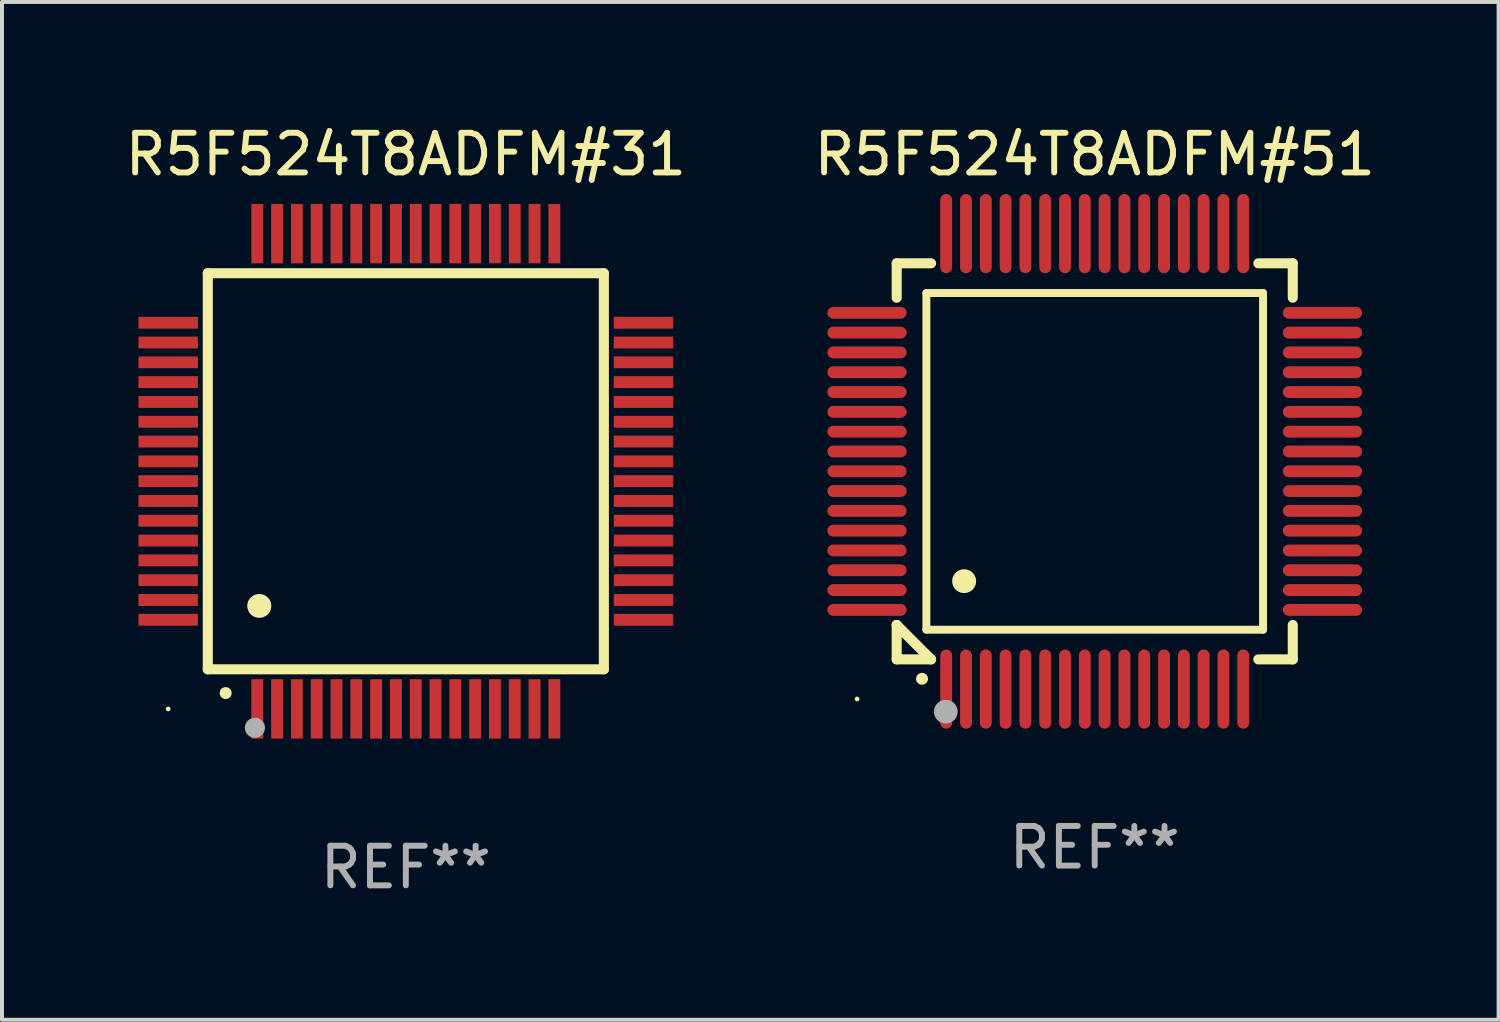
<source format=kicad_pcb>
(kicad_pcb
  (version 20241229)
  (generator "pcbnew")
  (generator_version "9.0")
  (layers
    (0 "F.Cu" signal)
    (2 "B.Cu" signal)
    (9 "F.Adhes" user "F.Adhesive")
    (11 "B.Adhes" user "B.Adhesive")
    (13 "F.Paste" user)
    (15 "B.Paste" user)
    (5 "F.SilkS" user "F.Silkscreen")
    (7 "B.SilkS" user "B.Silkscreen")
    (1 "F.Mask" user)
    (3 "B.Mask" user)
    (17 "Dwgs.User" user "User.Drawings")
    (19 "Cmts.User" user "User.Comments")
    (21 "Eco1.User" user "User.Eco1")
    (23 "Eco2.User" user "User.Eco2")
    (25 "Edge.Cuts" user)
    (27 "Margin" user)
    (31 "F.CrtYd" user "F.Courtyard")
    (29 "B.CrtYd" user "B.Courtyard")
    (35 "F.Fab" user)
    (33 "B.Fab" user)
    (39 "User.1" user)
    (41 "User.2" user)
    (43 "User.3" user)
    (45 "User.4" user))
  (footprint "R5F524T8ADFM#31"
    (layer "F.Cu")
    (at 7.196 8.848)
    (property "Reference" "R5F524T8ADFM#31" (at 0 -8 0) (layer "F.SilkS") (effects (font (size 1 1) (thickness 0.15))))
    (attr through_hole)
    (fp_line (start -5 -5) (end -5 5) (stroke (width 0.254) (type solid)) (layer "F.SilkS"))
    (fp_line (start -5 -5) (end 5 -5) (stroke (width 0.254) (type solid)) (layer "F.SilkS"))
    (fp_line (start -5 5) (end 5 5) (stroke (width 0.254) (type solid)) (layer "F.SilkS"))
    (fp_line (start 5 -5) (end 5 5) (stroke (width 0.254) (type solid)) (layer "F.SilkS"))
    (fp_arc (start -4.549987 5.6) (mid -4.548717 5.599995) (end -4.547447 5.6) (stroke (width 0.3) (type solid)) (layer "F.SilkS"))
    (fp_arc (start -3.703835 3.400076) (mid -3.700025 3.400052) (end -3.696215 3.400076) (stroke (width 0.6) (type solid)) (layer "F.SilkS"))
    (fp_circle (center -6 6) (end -5.97 6) (stroke (width 0.06) (type solid)) (fill no) (layer "F.SilkS"))
    (fp_circle (center -3.81 6.477) (end -3.683 6.477) (stroke (width 0.254) (type solid)) (fill no) (layer "F.Fab"))
    (fp_text user "REF**" (at 0 10 0) (layer "F.Fab") (effects (font (size 1 1) (thickness 0.15))))
    (pad "1" smd rect (at -3.75 6 180) (size 0.3 1.5) (layers "F.Cu" "F.Mask" "F.Paste"))
    (pad "2" smd rect (at -3.25 6 180) (size 0.3 1.5) (layers "F.Cu" "F.Mask" "F.Paste"))
    (pad "3" smd rect (at -2.75 6 180) (size 0.3 1.5) (layers "F.Cu" "F.Mask" "F.Paste"))
    (pad "4" smd rect (at -2.25 6 180) (size 0.3 1.5) (layers "F.Cu" "F.Mask" "F.Paste"))
    (pad "5" smd rect (at -1.75 6 180) (size 0.3 1.5) (layers "F.Cu" "F.Mask" "F.Paste"))
    (pad "6" smd rect (at -1.25 6 180) (size 0.3 1.5) (layers "F.Cu" "F.Mask" "F.Paste"))
    (pad "7" smd rect (at -0.75 6 180) (size 0.3 1.5) (layers "F.Cu" "F.Mask" "F.Paste"))
    (pad "8" smd rect (at -0.25 6 180) (size 0.3 1.5) (layers "F.Cu" "F.Mask" "F.Paste"))
    (pad "9" smd rect (at 0.25 6 180) (size 0.3 1.5) (layers "F.Cu" "F.Mask" "F.Paste"))
    (pad "10" smd rect (at 0.75 6 180) (size 0.3 1.5) (layers "F.Cu" "F.Mask" "F.Paste"))
    (pad "11" smd rect (at 1.25 6 180) (size 0.3 1.5) (layers "F.Cu" "F.Mask" "F.Paste"))
    (pad "12" smd rect (at 1.75 6 180) (size 0.3 1.5) (layers "F.Cu" "F.Mask" "F.Paste"))
    (pad "13" smd rect (at 2.25 6 180) (size 0.3 1.5) (layers "F.Cu" "F.Mask" "F.Paste"))
    (pad "14" smd rect (at 2.75 6 180) (size 0.3 1.5) (layers "F.Cu" "F.Mask" "F.Paste"))
    (pad "15" smd rect (at 3.25 6 180) (size 0.3 1.5) (layers "F.Cu" "F.Mask" "F.Paste"))
    (pad "16" smd rect (at 3.75 6 180) (size 0.3 1.5) (layers "F.Cu" "F.Mask" "F.Paste"))
    (pad "17" smd rect (at 6 3.75 90) (size 0.3 1.5) (layers "F.Cu" "F.Mask" "F.Paste"))
    (pad "18" smd rect (at 6 3.25 90) (size 0.3 1.5) (layers "F.Cu" "F.Mask" "F.Paste"))
    (pad "19" smd rect (at 6 2.75 90) (size 0.3 1.5) (layers "F.Cu" "F.Mask" "F.Paste"))
    (pad "20" smd rect (at 6 2.25 90) (size 0.3 1.5) (layers "F.Cu" "F.Mask" "F.Paste"))
    (pad "21" smd rect (at 6 1.75 90) (size 0.3 1.5) (layers "F.Cu" "F.Mask" "F.Paste"))
    (pad "22" smd rect (at 6 1.25 90) (size 0.3 1.5) (layers "F.Cu" "F.Mask" "F.Paste"))
    (pad "23" smd rect (at 6 0.75 90) (size 0.3 1.5) (layers "F.Cu" "F.Mask" "F.Paste"))
    (pad "24" smd rect (at 6 0.25 90) (size 0.3 1.5) (layers "F.Cu" "F.Mask" "F.Paste"))
    (pad "25" smd rect (at 6 -0.25 90) (size 0.3 1.5) (layers "F.Cu" "F.Mask" "F.Paste"))
    (pad "26" smd rect (at 6 -0.75 90) (size 0.3 1.5) (layers "F.Cu" "F.Mask" "F.Paste"))
    (pad "27" smd rect (at 6 -1.25 90) (size 0.3 1.5) (layers "F.Cu" "F.Mask" "F.Paste"))
    (pad "28" smd rect (at 6 -1.75 90) (size 0.3 1.5) (layers "F.Cu" "F.Mask" "F.Paste"))
    (pad "29" smd rect (at 6 -2.25 90) (size 0.3 1.5) (layers "F.Cu" "F.Mask" "F.Paste"))
    (pad "30" smd rect (at 6 -2.75 90) (size 0.3 1.5) (layers "F.Cu" "F.Mask" "F.Paste"))
    (pad "31" smd rect (at 6 -3.25 90) (size 0.3 1.5) (layers "F.Cu" "F.Mask" "F.Paste"))
    (pad "32" smd rect (at 6 -3.75 90) (size 0.3 1.5) (layers "F.Cu" "F.Mask" "F.Paste"))
    (pad "33" smd rect (at 3.75 -6 180) (size 0.3 1.5) (layers "F.Cu" "F.Mask" "F.Paste"))
    (pad "34" smd rect (at 3.25 -6 180) (size 0.3 1.5) (layers "F.Cu" "F.Mask" "F.Paste"))
    (pad "35" smd rect (at 2.75 -6 180) (size 0.3 1.5) (layers "F.Cu" "F.Mask" "F.Paste"))
    (pad "36" smd rect (at 2.25 -6 180) (size 0.3 1.5) (layers "F.Cu" "F.Mask" "F.Paste"))
    (pad "37" smd rect (at 1.75 -6 180) (size 0.3 1.5) (layers "F.Cu" "F.Mask" "F.Paste"))
    (pad "38" smd rect (at 1.25 -6 180) (size 0.3 1.5) (layers "F.Cu" "F.Mask" "F.Paste"))
    (pad "39" smd rect (at 0.75 -6 180) (size 0.3 1.5) (layers "F.Cu" "F.Mask" "F.Paste"))
    (pad "40" smd rect (at 0.25 -6 180) (size 0.3 1.5) (layers "F.Cu" "F.Mask" "F.Paste"))
    (pad "41" smd rect (at -0.25 -6 180) (size 0.3 1.5) (layers "F.Cu" "F.Mask" "F.Paste"))
    (pad "42" smd rect (at -0.75 -6 180) (size 0.3 1.5) (layers "F.Cu" "F.Mask" "F.Paste"))
    (pad "43" smd rect (at -1.25 -6 180) (size 0.3 1.5) (layers "F.Cu" "F.Mask" "F.Paste"))
    (pad "44" smd rect (at -1.75 -6 180) (size 0.3 1.5) (layers "F.Cu" "F.Mask" "F.Paste"))
    (pad "45" smd rect (at -2.25 -6 180) (size 0.3 1.5) (layers "F.Cu" "F.Mask" "F.Paste"))
    (pad "46" smd rect (at -2.75 -6 180) (size 0.3 1.5) (layers "F.Cu" "F.Mask" "F.Paste"))
    (pad "47" smd rect (at -3.25 -6 180) (size 0.3 1.5) (layers "F.Cu" "F.Mask" "F.Paste"))
    (pad "48" smd rect (at -3.75 -6 180) (size 0.3 1.5) (layers "F.Cu" "F.Mask" "F.Paste"))
    (pad "49" smd rect (at -6 -3.75 90) (size 0.3 1.5) (layers "F.Cu" "F.Mask" "F.Paste"))
    (pad "50" smd rect (at -6 -3.25 90) (size 0.3 1.5) (layers "F.Cu" "F.Mask" "F.Paste"))
    (pad "51" smd rect (at -6 -2.75 90) (size 0.3 1.5) (layers "F.Cu" "F.Mask" "F.Paste"))
    (pad "52" smd rect (at -6 -2.25 90) (size 0.3 1.5) (layers "F.Cu" "F.Mask" "F.Paste"))
    (pad "53" smd rect (at -6 -1.75 90) (size 0.3 1.5) (layers "F.Cu" "F.Mask" "F.Paste"))
    (pad "54" smd rect (at -6 -1.25 90) (size 0.3 1.5) (layers "F.Cu" "F.Mask" "F.Paste"))
    (pad "55" smd rect (at -6 -0.75 90) (size 0.3 1.5) (layers "F.Cu" "F.Mask" "F.Paste"))
    (pad "56" smd rect (at -6 -0.25 90) (size 0.3 1.5) (layers "F.Cu" "F.Mask" "F.Paste"))
    (pad "57" smd rect (at -6 0.25 90) (size 0.3 1.5) (layers "F.Cu" "F.Mask" "F.Paste"))
    (pad "58" smd rect (at -6 0.75 90) (size 0.3 1.5) (layers "F.Cu" "F.Mask" "F.Paste"))
    (pad "59" smd rect (at -6 1.25 90) (size 0.3 1.5) (layers "F.Cu" "F.Mask" "F.Paste"))
    (pad "60" smd rect (at -6 1.75 90) (size 0.3 1.5) (layers "F.Cu" "F.Mask" "F.Paste"))
    (pad "61" smd rect (at -6 2.25 90) (size 0.3 1.5) (layers "F.Cu" "F.Mask" "F.Paste"))
    (pad "62" smd rect (at -6 2.75 90) (size 0.3 1.5) (layers "F.Cu" "F.Mask" "F.Paste"))
    (pad "63" smd rect (at -6 3.25 90) (size 0.3 1.5) (layers "F.Cu" "F.Mask" "F.Paste"))
    (pad "64" smd rect (at -6 3.75 90) (size 0.3 1.5) (layers "F.Cu" "F.Mask" "F.Paste")))
  (footprint "R5F524T8ADFM#51"
    (layer "F.Cu")
    (at 24.589 8.598)
    (property "Reference" "R5F524T8ADFM#51" (at 0 -7.75 0) (layer "F.SilkS") (effects (font (size 1 1) (thickness 0.15))))
    (attr through_hole)
    (fp_line (start -5 -5) (end -4.131 -5) (stroke (width 0.254) (type solid)) (layer "F.SilkS"))
    (fp_line (start -5 -4.131) (end -5 -5) (stroke (width 0.254) (type solid)) (layer "F.SilkS"))
    (fp_line (start -5 4.131) (end -5 4.131) (stroke (width 0.254) (type solid)) (layer "F.SilkS"))
    (fp_line (start -5 5) (end -5 4.131) (stroke (width 0.254) (type solid)) (layer "F.SilkS"))
    (fp_line (start -5 4.131) (end -4.131 5) (stroke (width 0.254) (type solid)) (layer "F.SilkS"))
    (fp_line (start -4.25 -4.25) (end -4.25 4.25) (stroke (width 0.2) (type solid)) (layer "F.SilkS"))
    (fp_line (start -4.25 4.25) (end 4.25 4.25) (stroke (width 0.2) (type solid)) (layer "F.SilkS"))
    (fp_line (start -4.131 5) (end -5 5) (stroke (width 0.254) (type solid)) (layer "F.SilkS"))
    (fp_line (start 4.25 -4.25) (end -4.25 -4.25) (stroke (width 0.2) (type solid)) (layer "F.SilkS"))
    (fp_line (start 4.25 4.25) (end 4.25 -4.25) (stroke (width 0.2) (type solid)) (layer "F.SilkS"))
    (fp_line (start 5 -5) (end 4.131 -5) (stroke (width 0.254) (type solid)) (layer "F.SilkS"))
    (fp_line (start 5 -5) (end 5 -4.131) (stroke (width 0.254) (type solid)) (layer "F.SilkS"))
    (fp_line (start 5 4.131) (end 5 5) (stroke (width 0.254) (type solid)) (layer "F.SilkS"))
    (fp_line (start 5 5) (end 4.131 5) (stroke (width 0.254) (type solid)) (layer "F.SilkS"))
    (fp_arc (start -4.361265 5.489992) (mid -4.359995 5.489987) (end -4.358725 5.489992) (stroke (width 0.3) (type solid)) (layer "F.SilkS"))
    (fp_arc (start -3.299467 3.025146) (mid -3.296927 3.025135) (end -3.294387 3.025146) (stroke (width 0.6) (type solid)) (layer "F.SilkS"))
    (fp_circle (center -6 6) (end -5.97 6) (stroke (width 0.06) (type solid)) (fill no) (layer "F.SilkS"))
    (fp_circle (center -3.76 6.32) (end -3.61 6.32) (stroke (width 0.3) (type solid)) (fill no) (layer "F.Fab"))
    (fp_text user "REF**" (at 0 9.75 0) (layer "F.Fab") (effects (font (size 1 1) (thickness 0.15))))
    (pad "1" smd oval (at -3.75 5.75) (size 0.3 2) (layers "F.Cu" "F.Mask" "F.Paste"))
    (pad "2" smd oval (at -3.25 5.75) (size 0.3 2) (layers "F.Cu" "F.Mask" "F.Paste"))
    (pad "3" smd oval (at -2.75 5.75) (size 0.3 2) (layers "F.Cu" "F.Mask" "F.Paste"))
    (pad "4" smd oval (at -2.25 5.75) (size 0.3 2) (layers "F.Cu" "F.Mask" "F.Paste"))
    (pad "5" smd oval (at -1.75 5.75) (size 0.3 2) (layers "F.Cu" "F.Mask" "F.Paste"))
    (pad "6" smd oval (at -1.25 5.75) (size 0.3 2) (layers "F.Cu" "F.Mask" "F.Paste"))
    (pad "7" smd oval (at -0.75 5.75) (size 0.3 2) (layers "F.Cu" "F.Mask" "F.Paste"))
    (pad "8" smd oval (at -0.25 5.75) (size 0.3 2) (layers "F.Cu" "F.Mask" "F.Paste"))
    (pad "9" smd oval (at 0.25 5.75) (size 0.3 2) (layers "F.Cu" "F.Mask" "F.Paste"))
    (pad "10" smd oval (at 0.75 5.75) (size 0.3 2) (layers "F.Cu" "F.Mask" "F.Paste"))
    (pad "11" smd oval (at 1.25 5.75) (size 0.3 2) (layers "F.Cu" "F.Mask" "F.Paste"))
    (pad "12" smd oval (at 1.75 5.75) (size 0.3 2) (layers "F.Cu" "F.Mask" "F.Paste"))
    (pad "13" smd oval (at 2.25 5.75) (size 0.3 2) (layers "F.Cu" "F.Mask" "F.Paste"))
    (pad "14" smd oval (at 2.75 5.75) (size 0.3 2) (layers "F.Cu" "F.Mask" "F.Paste"))
    (pad "15" smd oval (at 3.25 5.75) (size 0.3 2) (layers "F.Cu" "F.Mask" "F.Paste"))
    (pad "16" smd oval (at 3.75 5.75) (size 0.3 2) (layers "F.Cu" "F.Mask" "F.Paste"))
    (pad "17" smd oval (at 5.75 3.75) (size 2 0.3) (layers "F.Cu" "F.Mask" "F.Paste"))
    (pad "18" smd oval (at 5.75 3.25) (size 2 0.3) (layers "F.Cu" "F.Mask" "F.Paste"))
    (pad "19" smd oval (at 5.75 2.75) (size 2 0.3) (layers "F.Cu" "F.Mask" "F.Paste"))
    (pad "20" smd oval (at 5.75 2.25) (size 2 0.3) (layers "F.Cu" "F.Mask" "F.Paste"))
    (pad "21" smd oval (at 5.75 1.75) (size 2 0.3) (layers "F.Cu" "F.Mask" "F.Paste"))
    (pad "22" smd oval (at 5.75 1.25) (size 2 0.3) (layers "F.Cu" "F.Mask" "F.Paste"))
    (pad "23" smd oval (at 5.75 0.75) (size 2 0.3) (layers "F.Cu" "F.Mask" "F.Paste"))
    (pad "24" smd oval (at 5.75 0.25) (size 2 0.3) (layers "F.Cu" "F.Mask" "F.Paste"))
    (pad "25" smd oval (at 5.75 -0.25) (size 2 0.3) (layers "F.Cu" "F.Mask" "F.Paste"))
    (pad "26" smd oval (at 5.75 -0.75) (size 2 0.3) (layers "F.Cu" "F.Mask" "F.Paste"))
    (pad "27" smd oval (at 5.75 -1.25) (size 2 0.3) (layers "F.Cu" "F.Mask" "F.Paste"))
    (pad "28" smd oval (at 5.75 -1.75) (size 2 0.3) (layers "F.Cu" "F.Mask" "F.Paste"))
    (pad "29" smd oval (at 5.75 -2.25) (size 2 0.3) (layers "F.Cu" "F.Mask" "F.Paste"))
    (pad "30" smd oval (at 5.75 -2.75) (size 2 0.3) (layers "F.Cu" "F.Mask" "F.Paste"))
    (pad "31" smd oval (at 5.75 -3.25) (size 2 0.3) (layers "F.Cu" "F.Mask" "F.Paste"))
    (pad "32" smd oval (at 5.75 -3.75) (size 2 0.3) (layers "F.Cu" "F.Mask" "F.Paste"))
    (pad "33" smd oval (at 3.75 -5.75) (size 0.3 2) (layers "F.Cu" "F.Mask" "F.Paste"))
    (pad "34" smd oval (at 3.25 -5.75) (size 0.3 2) (layers "F.Cu" "F.Mask" "F.Paste"))
    (pad "35" smd oval (at 2.75 -5.75) (size 0.3 2) (layers "F.Cu" "F.Mask" "F.Paste"))
    (pad "36" smd oval (at 2.25 -5.75) (size 0.3 2) (layers "F.Cu" "F.Mask" "F.Paste"))
    (pad "37" smd oval (at 1.75 -5.75) (size 0.3 2) (layers "F.Cu" "F.Mask" "F.Paste"))
    (pad "38" smd oval (at 1.25 -5.75) (size 0.3 2) (layers "F.Cu" "F.Mask" "F.Paste"))
    (pad "39" smd oval (at 0.75 -5.75) (size 0.3 2) (layers "F.Cu" "F.Mask" "F.Paste"))
    (pad "40" smd oval (at 0.25 -5.75) (size 0.3 2) (layers "F.Cu" "F.Mask" "F.Paste"))
    (pad "41" smd oval (at -0.25 -5.75) (size 0.3 2) (layers "F.Cu" "F.Mask" "F.Paste"))
    (pad "42" smd oval (at -0.75 -5.75) (size 0.3 2) (layers "F.Cu" "F.Mask" "F.Paste"))
    (pad "43" smd oval (at -1.25 -5.75) (size 0.3 2) (layers "F.Cu" "F.Mask" "F.Paste"))
    (pad "44" smd oval (at -1.75 -5.75) (size 0.3 2) (layers "F.Cu" "F.Mask" "F.Paste"))
    (pad "45" smd oval (at -2.25 -5.75) (size 0.3 2) (layers "F.Cu" "F.Mask" "F.Paste"))
    (pad "46" smd oval (at -2.75 -5.75) (size 0.3 2) (layers "F.Cu" "F.Mask" "F.Paste"))
    (pad "47" smd oval (at -3.25 -5.75) (size 0.3 2) (layers "F.Cu" "F.Mask" "F.Paste"))
    (pad "48" smd oval (at -3.75 -5.75) (size 0.3 2) (layers "F.Cu" "F.Mask" "F.Paste"))
    (pad "49" smd oval (at -5.75 -3.75) (size 2 0.3) (layers "F.Cu" "F.Mask" "F.Paste"))
    (pad "50" smd oval (at -5.75 -3.25) (size 2 0.3) (layers "F.Cu" "F.Mask" "F.Paste"))
    (pad "51" smd oval (at -5.75 -2.75) (size 2 0.3) (layers "F.Cu" "F.Mask" "F.Paste"))
    (pad "52" smd oval (at -5.75 -2.25) (size 2 0.3) (layers "F.Cu" "F.Mask" "F.Paste"))
    (pad "53" smd oval (at -5.75 -1.75) (size 2 0.3) (layers "F.Cu" "F.Mask" "F.Paste"))
    (pad "54" smd oval (at -5.75 -1.25) (size 2 0.3) (layers "F.Cu" "F.Mask" "F.Paste"))
    (pad "55" smd oval (at -5.75 -0.75) (size 2 0.3) (layers "F.Cu" "F.Mask" "F.Paste"))
    (pad "56" smd oval (at -5.75 -0.25) (size 2 0.3) (layers "F.Cu" "F.Mask" "F.Paste"))
    (pad "57" smd oval (at -5.75 0.25) (size 2 0.3) (layers "F.Cu" "F.Mask" "F.Paste"))
    (pad "58" smd oval (at -5.75 0.75) (size 2 0.3) (layers "F.Cu" "F.Mask" "F.Paste"))
    (pad "59" smd oval (at -5.75 1.25) (size 2 0.3) (layers "F.Cu" "F.Mask" "F.Paste"))
    (pad "60" smd oval (at -5.75 1.75) (size 2 0.3) (layers "F.Cu" "F.Mask" "F.Paste"))
    (pad "61" smd oval (at -5.75 2.25) (size 2 0.3) (layers "F.Cu" "F.Mask" "F.Paste"))
    (pad "62" smd oval (at -5.75 2.75) (size 2 0.3) (layers "F.Cu" "F.Mask" "F.Paste"))
    (pad "63" smd oval (at -5.75 3.25) (size 2 0.3) (layers "F.Cu" "F.Mask" "F.Paste"))
    (pad "64" smd oval (at -5.75 3.75) (size 2 0.3) (layers "F.Cu" "F.Mask" "F.Paste")))
  (gr_rect
    (start -3 -3)
    (end 34.786 22.697)
    (stroke (width 0.1) (type default))
    (fill no)
    (layer "Edge.Cuts")))
</source>
